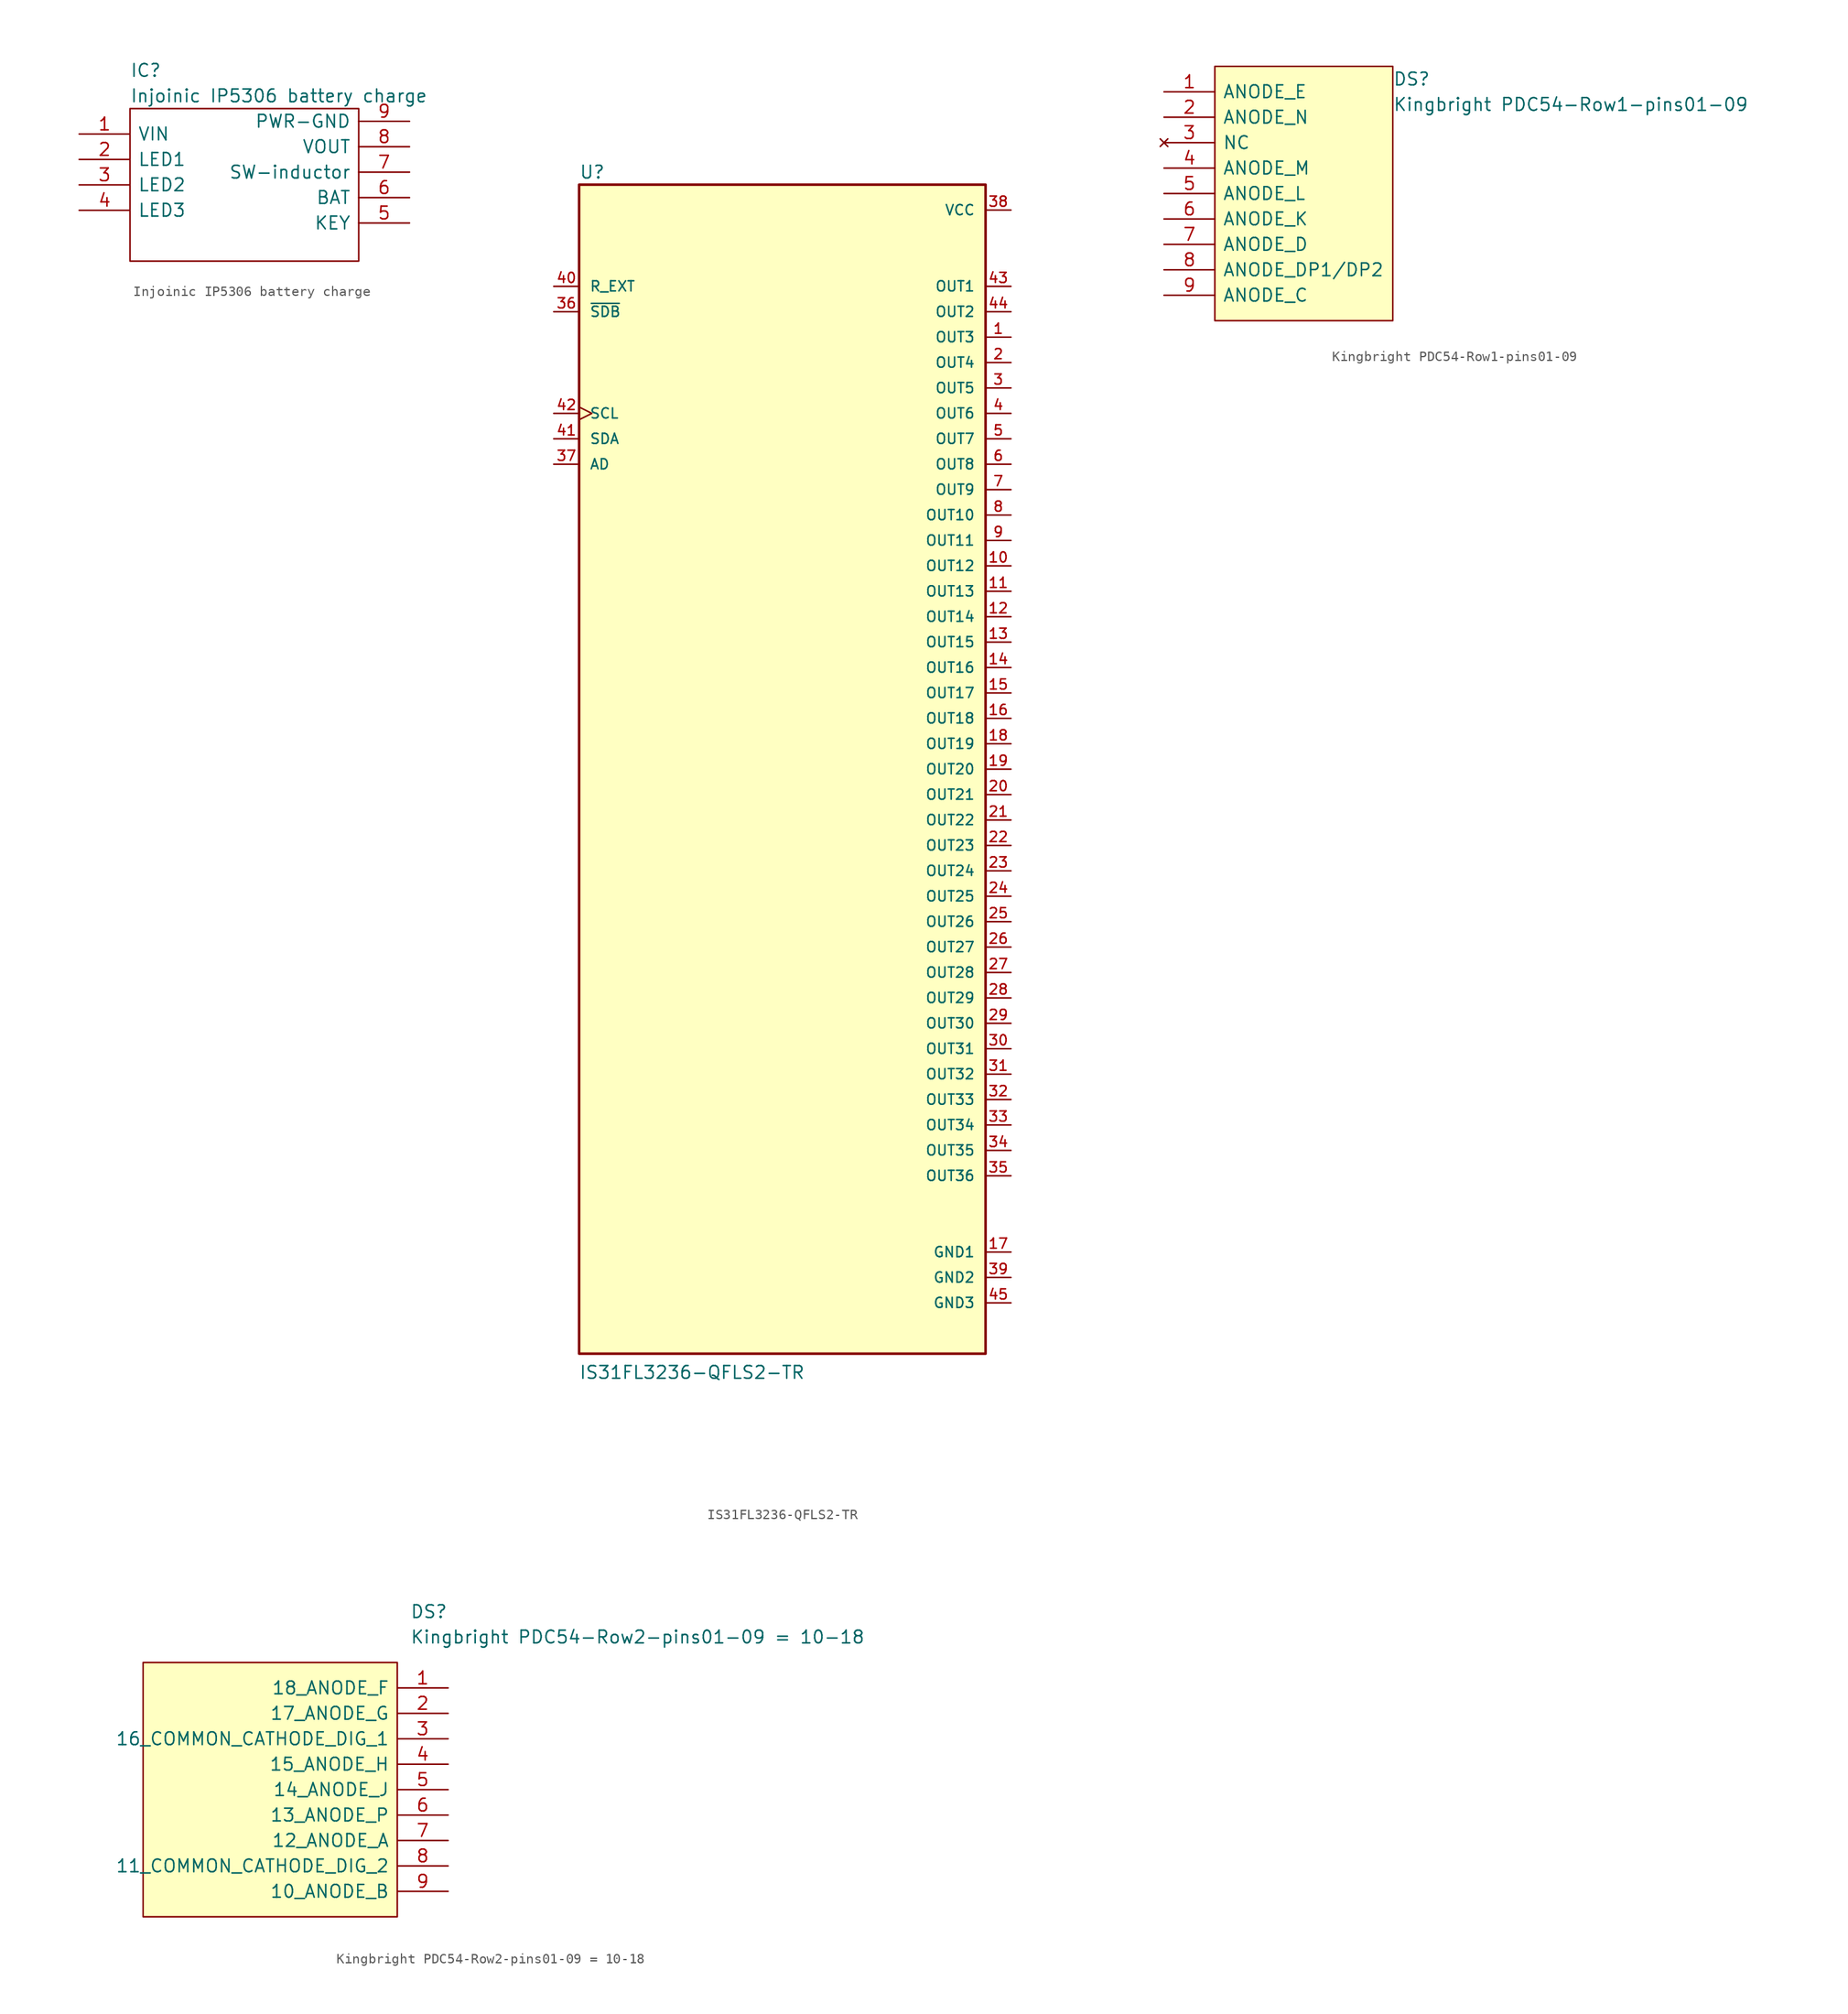
<source format=kicad_sym>
(kicad_symbol_lib
  (version 20211014)
  (generator kicad_symbol_editor)
  (symbol "Injoinic IP5306 battery charge"
    (pin_names
      (offset 0.762))
    (property "Reference" "IC"
      (at -11.43 10.16 0)
      (effects (font (size 1.27 1.27)) (justify left)))
    (property "Value" "Injoinic IP5306 battery charge"
      (at -11.43 7.62 0)
      (effects (font (size 1.27 1.27)) (justify left)))
    (symbol "Injoinic IP5306 battery charge_0_0"
      (pin power_in line (at -16.51 3.81 0) (length 5.08) (name "VIN" (effects (font (size 1.27 1.27)))) (number "1" (effects (font (size 1.27 1.27)))))
      (pin output line (at -16.51 1.27 0) (length 5.08) (name "LED1" (effects (font (size 1.27 1.27)))) (number "2" (effects (font (size 1.27 1.27)))))
      (pin output line (at -16.51 -1.27 0) (length 5.08) (name "LED2" (effects (font (size 1.27 1.27)))) (number "3" (effects (font (size 1.27 1.27)))))
      (pin passive line (at -16.51 -3.81 0) (length 5.08) (name "LED3" (effects (font (size 1.27 1.27)))) (number "4" (effects (font (size 1.27 1.27)))))
      (pin passive line (at 16.51 -5.08 180) (length 5.08) (name "KEY" (effects (font (size 1.27 1.27)))) (number "5" (effects (font (size 1.27 1.27)))))
      (pin passive line (at 16.51 -2.54 180) (length 5.08) (name "BAT" (effects (font (size 1.27 1.27)))) (number "6" (effects (font (size 1.27 1.27)))))
      (pin passive line (at 16.51 0 180) (length 5.08) (name "SW-inductor" (effects (font (size 1.27 1.27)))) (number "7" (effects (font (size 1.27 1.27)))))
      (pin power_out line (at 16.51 2.54 180) (length 5.08) (name "VOUT" (effects (font (size 1.27 1.27)))) (number "8" (effects (font (size 1.27 1.27)))))
      (pin power_out line (at 16.51 5.08 180) (length 5.08) (name "PWR-GND" (effects (font (size 1.27 1.27)))) (number "9" (effects (font (size 1.27 1.27))))))
    (symbol "Injoinic IP5306 battery charge_0_1"
      (polyline (pts (xy -11.43 6.35) (xy 11.43 6.35) (xy 11.43 -8.89) (xy -11.43 -8.89) (xy -11.43 6.35)) (stroke (width 0.152) (type default) (color 0 0 0 0)) (fill (type none)))))
  (symbol "IS31FL3236-QFLS2-TR"
    (pin_names
      (offset 1.016))
    (property "Reference" "U"
      (at -20.32 58.928 0)
      (effects (font (size 1.27 1.27)) (justify left bottom)))
    (property "Value" "IS31FL3236-QFLS2-TR"
      (at -20.345 -61.036 0)
      (effects (font (size 1.27 1.27)) (justify left bottom)))
    (property "ki_locked" ""
      (at 0 0 0)
      (effects (font (size 1.27 1.27))))
    (symbol "IS31FL3236-QFLS2-TR_0_0"
      (rectangle (start -20.32 -58.42) (end 20.32 58.42) (stroke (width 0.254) (type default) (color 0 0 0 0)) (fill (type background)))
      (pin output line (at 22.86 43.18 180) (length 2.54) (name "OUT3" (effects (font (size 1.016 1.016)))) (number "1" (effects (font (size 1.016 1.016)))))
      (pin output line (at 22.86 20.32 180) (length 2.54) (name "OUT12" (effects (font (size 1.016 1.016)))) (number "10" (effects (font (size 1.016 1.016)))))
      (pin output line (at 22.86 17.78 180) (length 2.54) (name "OUT13" (effects (font (size 1.016 1.016)))) (number "11" (effects (font (size 1.016 1.016)))))
      (pin output line (at 22.86 15.24 180) (length 2.54) (name "OUT14" (effects (font (size 1.016 1.016)))) (number "12" (effects (font (size 1.016 1.016)))))
      (pin output line (at 22.86 12.7 180) (length 2.54) (name "OUT15" (effects (font (size 1.016 1.016)))) (number "13" (effects (font (size 1.016 1.016)))))
      (pin output line (at 22.86 10.16 180) (length 2.54) (name "OUT16" (effects (font (size 1.016 1.016)))) (number "14" (effects (font (size 1.016 1.016)))))
      (pin output line (at 22.86 7.62 180) (length 2.54) (name "OUT17" (effects (font (size 1.016 1.016)))) (number "15" (effects (font (size 1.016 1.016)))))
      (pin output line (at 22.86 5.08 180) (length 2.54) (name "OUT18" (effects (font (size 1.016 1.016)))) (number "16" (effects (font (size 1.016 1.016)))))
      (pin power_in line (at 22.86 -48.26 180) (length 2.54) (name "GND1" (effects (font (size 1.016 1.016)))) (number "17" (effects (font (size 1.016 1.016)))))
      (pin output line (at 22.86 2.54 180) (length 2.54) (name "OUT19" (effects (font (size 1.016 1.016)))) (number "18" (effects (font (size 1.016 1.016)))))
      (pin output line (at 22.86 0 180) (length 2.54) (name "OUT20" (effects (font (size 1.016 1.016)))) (number "19" (effects (font (size 1.016 1.016)))))
      (pin output line (at 22.86 40.64 180) (length 2.54) (name "OUT4" (effects (font (size 1.016 1.016)))) (number "2" (effects (font (size 1.016 1.016)))))
      (pin output line (at 22.86 -2.54 180) (length 2.54) (name "OUT21" (effects (font (size 1.016 1.016)))) (number "20" (effects (font (size 1.016 1.016)))))
      (pin output line (at 22.86 -5.08 180) (length 2.54) (name "OUT22" (effects (font (size 1.016 1.016)))) (number "21" (effects (font (size 1.016 1.016)))))
      (pin output line (at 22.86 -7.62 180) (length 2.54) (name "OUT23" (effects (font (size 1.016 1.016)))) (number "22" (effects (font (size 1.016 1.016)))))
      (pin output line (at 22.86 -10.16 180) (length 2.54) (name "OUT24" (effects (font (size 1.016 1.016)))) (number "23" (effects (font (size 1.016 1.016)))))
      (pin output line (at 22.86 -12.7 180) (length 2.54) (name "OUT25" (effects (font (size 1.016 1.016)))) (number "24" (effects (font (size 1.016 1.016)))))
      (pin output line (at 22.86 -15.24 180) (length 2.54) (name "OUT26" (effects (font (size 1.016 1.016)))) (number "25" (effects (font (size 1.016 1.016)))))
      (pin output line (at 22.86 -17.78 180) (length 2.54) (name "OUT27" (effects (font (size 1.016 1.016)))) (number "26" (effects (font (size 1.016 1.016)))))
      (pin output line (at 22.86 -20.32 180) (length 2.54) (name "OUT28" (effects (font (size 1.016 1.016)))) (number "27" (effects (font (size 1.016 1.016)))))
      (pin output line (at 22.86 -22.86 180) (length 2.54) (name "OUT29" (effects (font (size 1.016 1.016)))) (number "28" (effects (font (size 1.016 1.016)))))
      (pin output line (at 22.86 -25.4 180) (length 2.54) (name "OUT30" (effects (font (size 1.016 1.016)))) (number "29" (effects (font (size 1.016 1.016)))))
      (pin output line (at 22.86 38.1 180) (length 2.54) (name "OUT5" (effects (font (size 1.016 1.016)))) (number "3" (effects (font (size 1.016 1.016)))))
      (pin output line (at 22.86 -27.94 180) (length 2.54) (name "OUT31" (effects (font (size 1.016 1.016)))) (number "30" (effects (font (size 1.016 1.016)))))
      (pin output line (at 22.86 -30.48 180) (length 2.54) (name "OUT32" (effects (font (size 1.016 1.016)))) (number "31" (effects (font (size 1.016 1.016)))))
      (pin output line (at 22.86 -33.02 180) (length 2.54) (name "OUT33" (effects (font (size 1.016 1.016)))) (number "32" (effects (font (size 1.016 1.016)))))
      (pin output line (at 22.86 -35.56 180) (length 2.54) (name "OUT34" (effects (font (size 1.016 1.016)))) (number "33" (effects (font (size 1.016 1.016)))))
      (pin output line (at 22.86 -38.1 180) (length 2.54) (name "OUT35" (effects (font (size 1.016 1.016)))) (number "34" (effects (font (size 1.016 1.016)))))
      (pin output line (at 22.86 -40.64 180) (length 2.54) (name "OUT36" (effects (font (size 1.016 1.016)))) (number "35" (effects (font (size 1.016 1.016)))))
      (pin input line (at -22.86 45.72 0) (length 2.54) (name "~{SDB}" (effects (font (size 1.016 1.016)))) (number "36" (effects (font (size 1.016 1.016)))))
      (pin bidirectional line (at -22.86 30.48 0) (length 2.54) (name "AD" (effects (font (size 1.016 1.016)))) (number "37" (effects (font (size 1.016 1.016)))))
      (pin power_in line (at 22.86 55.88 180) (length 2.54) (name "VCC" (effects (font (size 1.016 1.016)))) (number "38" (effects (font (size 1.016 1.016)))))
      (pin power_in line (at 22.86 -50.8 180) (length 2.54) (name "GND2" (effects (font (size 1.016 1.016)))) (number "39" (effects (font (size 1.016 1.016)))))
      (pin output line (at 22.86 35.56 180) (length 2.54) (name "OUT6" (effects (font (size 1.016 1.016)))) (number "4" (effects (font (size 1.016 1.016)))))
      (pin input line (at -22.86 48.26 0) (length 2.54) (name "R_EXT" (effects (font (size 1.016 1.016)))) (number "40" (effects (font (size 1.016 1.016)))))
      (pin bidirectional line (at -22.86 33.02 0) (length 2.54) (name "SDA" (effects (font (size 1.016 1.016)))) (number "41" (effects (font (size 1.016 1.016)))))
      (pin bidirectional clock (at -22.86 35.56 0) (length 2.54) (name "SCL" (effects (font (size 1.016 1.016)))) (number "42" (effects (font (size 1.016 1.016)))))
      (pin output line (at 22.86 48.26 180) (length 2.54) (name "OUT1" (effects (font (size 1.016 1.016)))) (number "43" (effects (font (size 1.016 1.016)))))
      (pin output line (at 22.86 45.72 180) (length 2.54) (name "OUT2" (effects (font (size 1.016 1.016)))) (number "44" (effects (font (size 1.016 1.016)))))
      (pin power_in line (at 22.86 -53.34 180) (length 2.54) (name "GND3" (effects (font (size 1.016 1.016)))) (number "45" (effects (font (size 1.016 1.016)))))
      (pin output line (at 22.86 33.02 180) (length 2.54) (name "OUT7" (effects (font (size 1.016 1.016)))) (number "5" (effects (font (size 1.016 1.016)))))
      (pin output line (at 22.86 30.48 180) (length 2.54) (name "OUT8" (effects (font (size 1.016 1.016)))) (number "6" (effects (font (size 1.016 1.016)))))
      (pin output line (at 22.86 27.94 180) (length 2.54) (name "OUT9" (effects (font (size 1.016 1.016)))) (number "7" (effects (font (size 1.016 1.016)))))
      (pin output line (at 22.86 25.4 180) (length 2.54) (name "OUT10" (effects (font (size 1.016 1.016)))) (number "8" (effects (font (size 1.016 1.016)))))
      (pin output line (at 22.86 22.86 180) (length 2.54) (name "OUT11" (effects (font (size 1.016 1.016)))) (number "9" (effects (font (size 1.016 1.016)))))))
  (symbol "Kingbright PDC54-Row1-pins01-09"
    (pin_names
      (offset 0.762))
    (property "Reference" "DS"
      (at 22.86 1.27 0)
      (effects (font (size 1.27 1.27)) (justify left)))
    (property "Value" "Kingbright PDC54-Row1-pins01-09"
      (at 22.86 -1.27 0)
      (effects (font (size 1.27 1.27)) (justify left)))
    (symbol "Kingbright PDC54-Row1-pins01-09_0_0"
      (pin passive line (at 0 0 0) (length 5.08) (name "ANODE_E" (effects (font (size 1.27 1.27)))) (number "1" (effects (font (size 1.27 1.27)))))
      (pin passive line (at 0 -2.54 0) (length 5.08) (name "ANODE_N" (effects (font (size 1.27 1.27)))) (number "2" (effects (font (size 1.27 1.27)))))
      (pin no_connect line (at 0 -5.08 0) (length 5.08) (name "NC" (effects (font (size 1.27 1.27)))) (number "3" (effects (font (size 1.27 1.27)))))
      (pin passive line (at 0 -7.62 0) (length 5.08) (name "ANODE_M" (effects (font (size 1.27 1.27)))) (number "4" (effects (font (size 1.27 1.27)))))
      (pin passive line (at 0 -10.16 0) (length 5.08) (name "ANODE_L" (effects (font (size 1.27 1.27)))) (number "5" (effects (font (size 1.27 1.27)))))
      (pin passive line (at 0 -12.7 0) (length 5.08) (name "ANODE_K" (effects (font (size 1.27 1.27)))) (number "6" (effects (font (size 1.27 1.27)))))
      (pin passive line (at 0 -15.24 0) (length 5.08) (name "ANODE_D" (effects (font (size 1.27 1.27)))) (number "7" (effects (font (size 1.27 1.27)))))
      (pin passive line (at 0 -17.78 0) (length 5.08) (name "ANODE_DP1/DP2" (effects (font (size 1.27 1.27)))) (number "8" (effects (font (size 1.27 1.27)))))
      (pin passive line (at 0 -20.32 0) (length 5.08) (name "ANODE_C" (effects (font (size 1.27 1.27)))) (number "9" (effects (font (size 1.27 1.27))))))
    (symbol "Kingbright PDC54-Row1-pins01-09_0_1"
      (polyline (pts (xy 5.08 2.54) (xy 22.86 2.54) (xy 22.86 -22.86) (xy 5.08 -22.86) (xy 5.08 2.54)) (stroke (width 0.152) (type default) (color 0 0 0 0)) (fill (type background)))))
  (symbol "Kingbright PDC54-Row2-pins01-09 = 10-18"
    (pin_names
      (offset 0.762))
    (property "Reference" "DS"
      (at 26.67 5.08 0)
      (effects (font (size 1.27 1.27)) (justify left)))
    (property "Value" "Kingbright PDC54-Row2-pins01-09 = 10-18"
      (at 26.67 2.54 0)
      (effects (font (size 1.27 1.27)) (justify left)))
    (symbol "Kingbright PDC54-Row2-pins01-09 = 10-18_0_0"
      (pin passive line (at 30.48 -2.54 180) (length 5.08) (name "18_ANODE_F" (effects (font (size 1.27 1.27)))) (number "1" (effects (font (size 1.27 1.27)))))
      (pin passive line (at 30.48 -5.08 180) (length 5.08) (name "17_ANODE_G" (effects (font (size 1.27 1.27)))) (number "2" (effects (font (size 1.27 1.27)))))
      (pin passive line (at 30.48 -7.62 180) (length 5.08) (name "16_COMMON_CATHODE_DIG_1" (effects (font (size 1.27 1.27)))) (number "3" (effects (font (size 1.27 1.27)))))
      (pin passive line (at 30.48 -10.16 180) (length 5.08) (name "15_ANODE_H" (effects (font (size 1.27 1.27)))) (number "4" (effects (font (size 1.27 1.27)))))
      (pin passive line (at 30.48 -12.7 180) (length 5.08) (name "14_ANODE_J" (effects (font (size 1.27 1.27)))) (number "5" (effects (font (size 1.27 1.27)))))
      (pin passive line (at 30.48 -15.24 180) (length 5.08) (name "13_ANODE_P" (effects (font (size 1.27 1.27)))) (number "6" (effects (font (size 1.27 1.27)))))
      (pin passive line (at 30.48 -17.78 180) (length 5.08) (name "12_ANODE_A" (effects (font (size 1.27 1.27)))) (number "7" (effects (font (size 1.27 1.27)))))
      (pin passive line (at 30.48 -20.32 180) (length 5.08) (name "11_COMMON_CATHODE_DIG_2" (effects (font (size 1.27 1.27)))) (number "8" (effects (font (size 1.27 1.27)))))
      (pin passive line (at 30.48 -22.86 180) (length 5.08) (name "10_ANODE_B" (effects (font (size 1.27 1.27)))) (number "9" (effects (font (size 1.27 1.27))))))
    (symbol "Kingbright PDC54-Row2-pins01-09 = 10-18_0_1"
      (polyline (pts (xy 0 0) (xy 25.4 0) (xy 25.4 -25.4) (xy 0 -25.4) (xy 0 0)) (stroke (width 0.152) (type default) (color 0 0 0 0)) (fill (type background))))))
</source>
